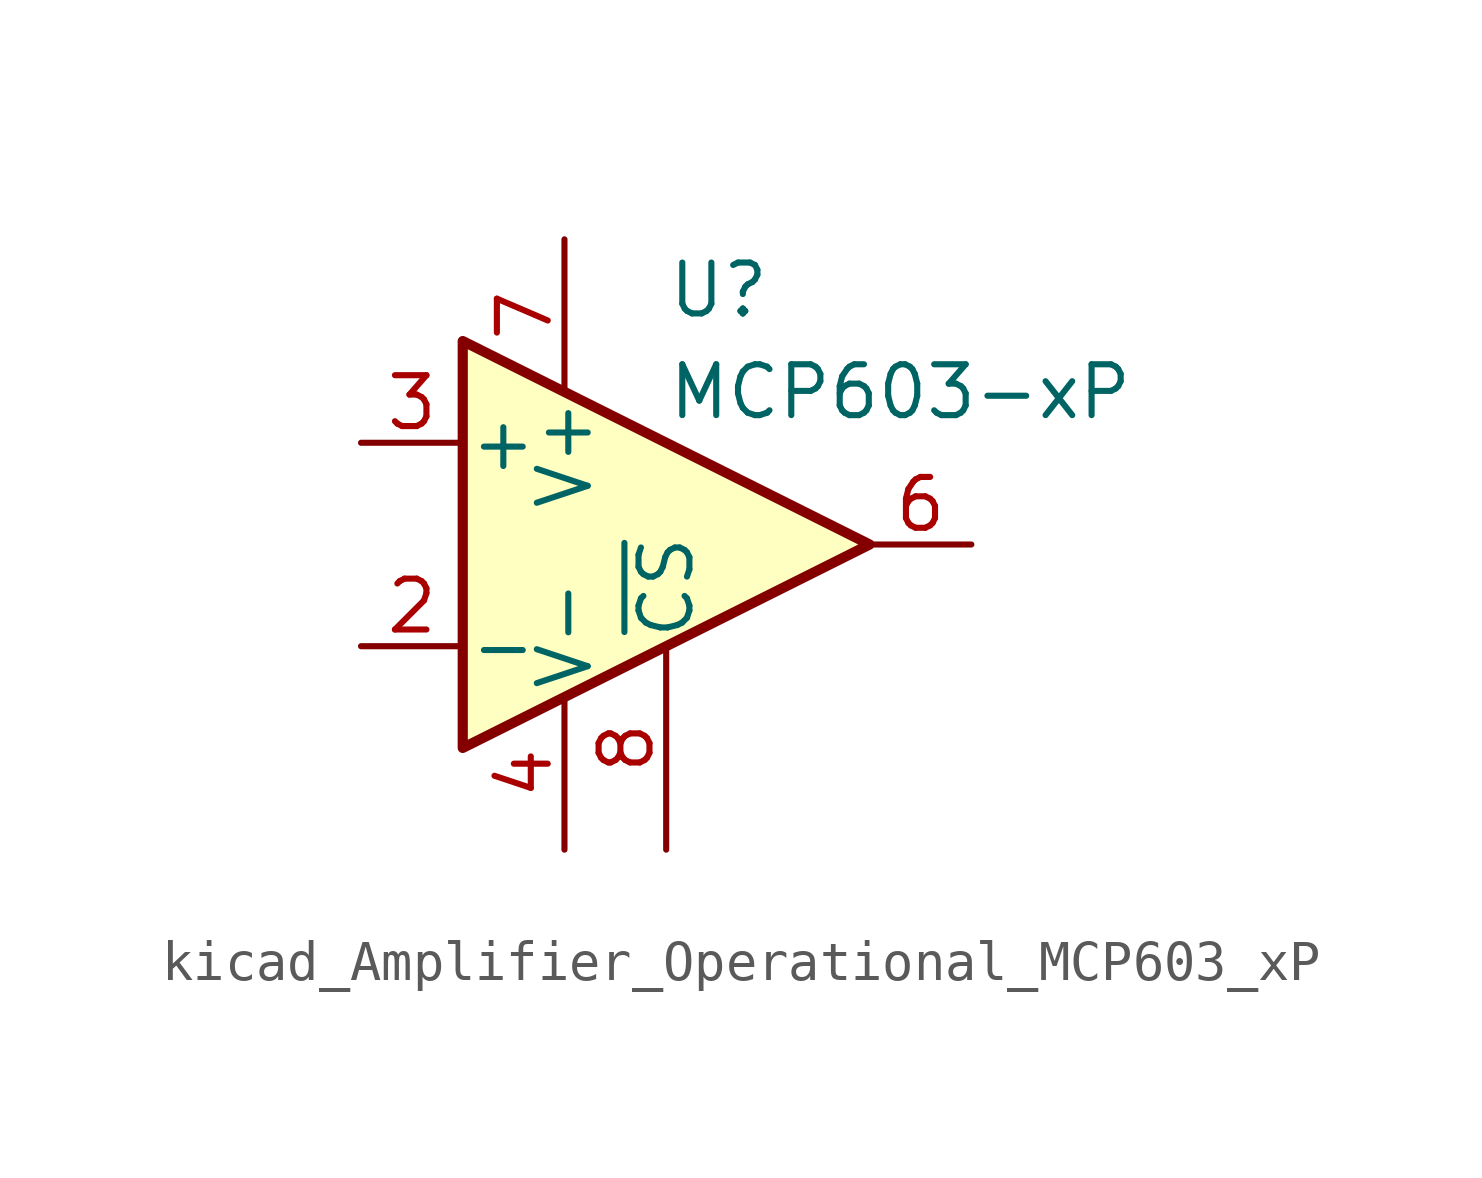
<source format=kicad_sym>
(kicad_symbol_lib
  (version 20220914)
  (generator kicad_symbol_editor)
  (symbol "kicad_Amplifier_Operational_MCP603_xP"
    (pin_names
      (offset 0.127))
    (property "Reference" "U"
      (at 0 6.35 0)
      (effects (font (size 1.27 1.27)) (justify left)))
    (property "Value" "MCP603-xP"
      (at 0 3.81 0)
      (effects (font (size 1.27 1.27)) (justify left)))
    (symbol "kicad_Amplifier_Operational_MCP603_xP_0_1"
      (polyline (pts (xy -5.08 5.08) (xy 5.08 0) (xy -5.08 -5.08) (xy -5.08 5.08)) (stroke (width 0.254) (type default)) (fill (type background))))
    (symbol "kicad_Amplifier_Operational_MCP603_xP_1_1"
      (pin no_connect line (at 0 -2.54 90) (length 2.54) hide (name "NC" (effects (font (size 1.27 1.27)))) (number "1" (effects (font (size 1.27 1.27)))))
      (pin input line (at -7.62 -2.54 0) (length 2.54) (name "-" (effects (font (size 1.27 1.27)))) (number "2" (effects (font (size 1.27 1.27)))))
      (pin input line (at -7.62 2.54 0) (length 2.54) (name "+" (effects (font (size 1.27 1.27)))) (number "3" (effects (font (size 1.27 1.27)))))
      (pin power_in line (at -2.54 -7.62 90) (length 3.81) (name "V-" (effects (font (size 1.27 1.27)))) (number "4" (effects (font (size 1.27 1.27)))))
      (pin no_connect line (at -2.54 -2.54 90) (length 2.54) hide (name "NC" (effects (font (size 1.27 1.27)))) (number "5" (effects (font (size 1.27 1.27)))))
      (pin output line (at 7.62 0 180) (length 2.54) (name "~" (effects (font (size 1.27 1.27)))) (number "6" (effects (font (size 1.27 1.27)))))
      (pin power_in line (at -2.54 7.62 270) (length 3.81) (name "V+" (effects (font (size 1.27 1.27)))) (number "7" (effects (font (size 1.27 1.27)))))
      (pin input line (at 0 -7.62 90) (length 5.08) (name "~{CS}" (effects (font (size 1.27 1.27)))) (number "8" (effects (font (size 1.27 1.27))))))))
</source>
